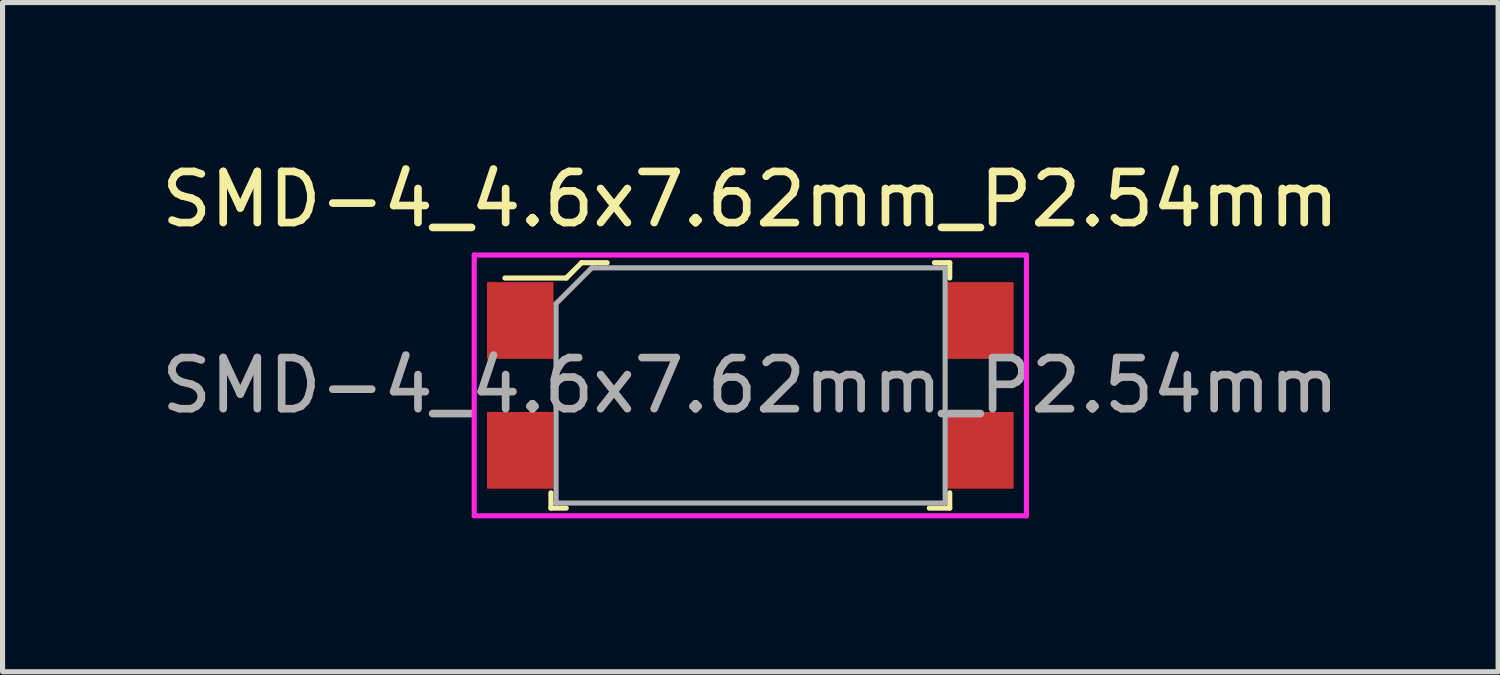
<source format=kicad_pcb>
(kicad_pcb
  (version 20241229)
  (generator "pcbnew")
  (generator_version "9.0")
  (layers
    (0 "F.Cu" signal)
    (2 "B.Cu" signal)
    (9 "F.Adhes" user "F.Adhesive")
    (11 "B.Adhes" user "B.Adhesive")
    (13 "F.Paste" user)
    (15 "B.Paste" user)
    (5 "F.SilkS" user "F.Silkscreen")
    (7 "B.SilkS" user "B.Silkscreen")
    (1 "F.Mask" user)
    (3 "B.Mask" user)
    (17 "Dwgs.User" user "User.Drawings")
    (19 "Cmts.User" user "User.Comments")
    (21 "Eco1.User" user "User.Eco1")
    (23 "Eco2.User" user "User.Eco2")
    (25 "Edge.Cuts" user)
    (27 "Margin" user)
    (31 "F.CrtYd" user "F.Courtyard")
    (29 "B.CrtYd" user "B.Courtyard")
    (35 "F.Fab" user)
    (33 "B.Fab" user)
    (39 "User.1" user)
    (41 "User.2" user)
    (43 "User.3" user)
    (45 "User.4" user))
  (footprint "SMD-4_4.6x7.62mm_P2.54mm"
    (layer "F.Cu")
    (at 11.625 4.488)
    (property "Reference" "SMD-4_4.6x7.62mm_P2.54mm" (at 0 -3.64 0) (layer "F.SilkS") (effects (font (size 1 1) (thickness 0.15))))
    (attr smd)
    (fp_line (start -3.9 2.1) (end -3.9 2.4) (stroke (width 0.1) (type solid)) (layer "F.SilkS"))
    (fp_line (start -3.9 2.4) (end -3.6 2.4) (stroke (width 0.1) (type solid)) (layer "F.SilkS"))
    (fp_line (start -3.6 -2.1) (end -4.8 -2.1) (stroke (width 0.1) (type solid)) (layer "F.SilkS"))
    (fp_line (start -3.6 -2.1) (end -3.3 -2.4) (stroke (width 0.1) (type solid)) (layer "F.SilkS"))
    (fp_line (start -3.3 -2.4) (end -2.8 -2.4) (stroke (width 0.1) (type solid)) (layer "F.SilkS"))
    (fp_line (start 3.9 -2.4) (end 3.6 -2.4) (stroke (width 0.1) (type solid)) (layer "F.SilkS"))
    (fp_line (start 3.9 -2.1) (end 3.9 -2.4) (stroke (width 0.1) (type solid)) (layer "F.SilkS"))
    (fp_line (start 3.9 2.1) (end 3.9 2.4) (stroke (width 0.1) (type solid)) (layer "F.SilkS"))
    (fp_line (start 3.9 2.4) (end 3.5 2.4) (stroke (width 0.1) (type solid)) (layer "F.SilkS"))
    (fp_line (start -5.4 -2.55) (end 5.4 -2.55) (stroke (width 0.1) (type solid)) (layer "F.CrtYd"))
    (fp_line (start -5.4 2.55) (end -5.4 -2.55) (stroke (width 0.1) (type solid)) (layer "F.CrtYd"))
    (fp_line (start -5.4 2.55) (end 5.4 2.55) (stroke (width 0.1) (type solid)) (layer "F.CrtYd"))
    (fp_line (start 5.4 -2.55) (end 5.4 2.55) (stroke (width 0.1) (type solid)) (layer "F.CrtYd"))
    (fp_line (start -3.81 2.3) (end 3.81 2.3) (stroke (width 0.1) (type solid)) (layer "F.Fab"))
    (fp_line (start -3.8 -1.6) (end -3.8 2.3) (stroke (width 0.1) (type solid)) (layer "F.Fab"))
    (fp_line (start -3.8 -1.6) (end -3.1 -2.3) (stroke (width 0.1) (type solid)) (layer "F.Fab"))
    (fp_line (start -3.1 -2.3) (end 3.8 -2.3) (stroke (width 0.1) (type solid)) (layer "F.Fab"))
    (fp_line (start 3.81 -2.3) (end 3.81 2.3) (stroke (width 0.1) (type solid)) (layer "F.Fab"))
    (fp_text user "${REFERENCE}" (at 0 0 0) (layer "F.Fab") (effects (font (size 1 1) (thickness 0.15))))
    (pad "1" smd rect (at -4.5 -1.27) (size 1.3 1.5) (layers "F.Cu" "F.Mask" "F.Paste"))
    (pad "2" smd rect (at -4.5 1.27) (size 1.3 1.5) (layers "F.Cu" "F.Mask" "F.Paste"))
    (pad "3" smd rect (at 4.5 1.27) (size 1.3 1.5) (layers "F.Cu" "F.Mask" "F.Paste"))
    (pad "4" smd rect (at 4.5 -1.27) (size 1.3 1.5) (layers "F.Cu" "F.Mask" "F.Paste")))
  (gr_rect
    (start -3 -3)
    (end 26.25 10.088)
    (stroke (width 0.1) (type default))
    (fill no)
    (layer "Edge.Cuts")))
</source>
